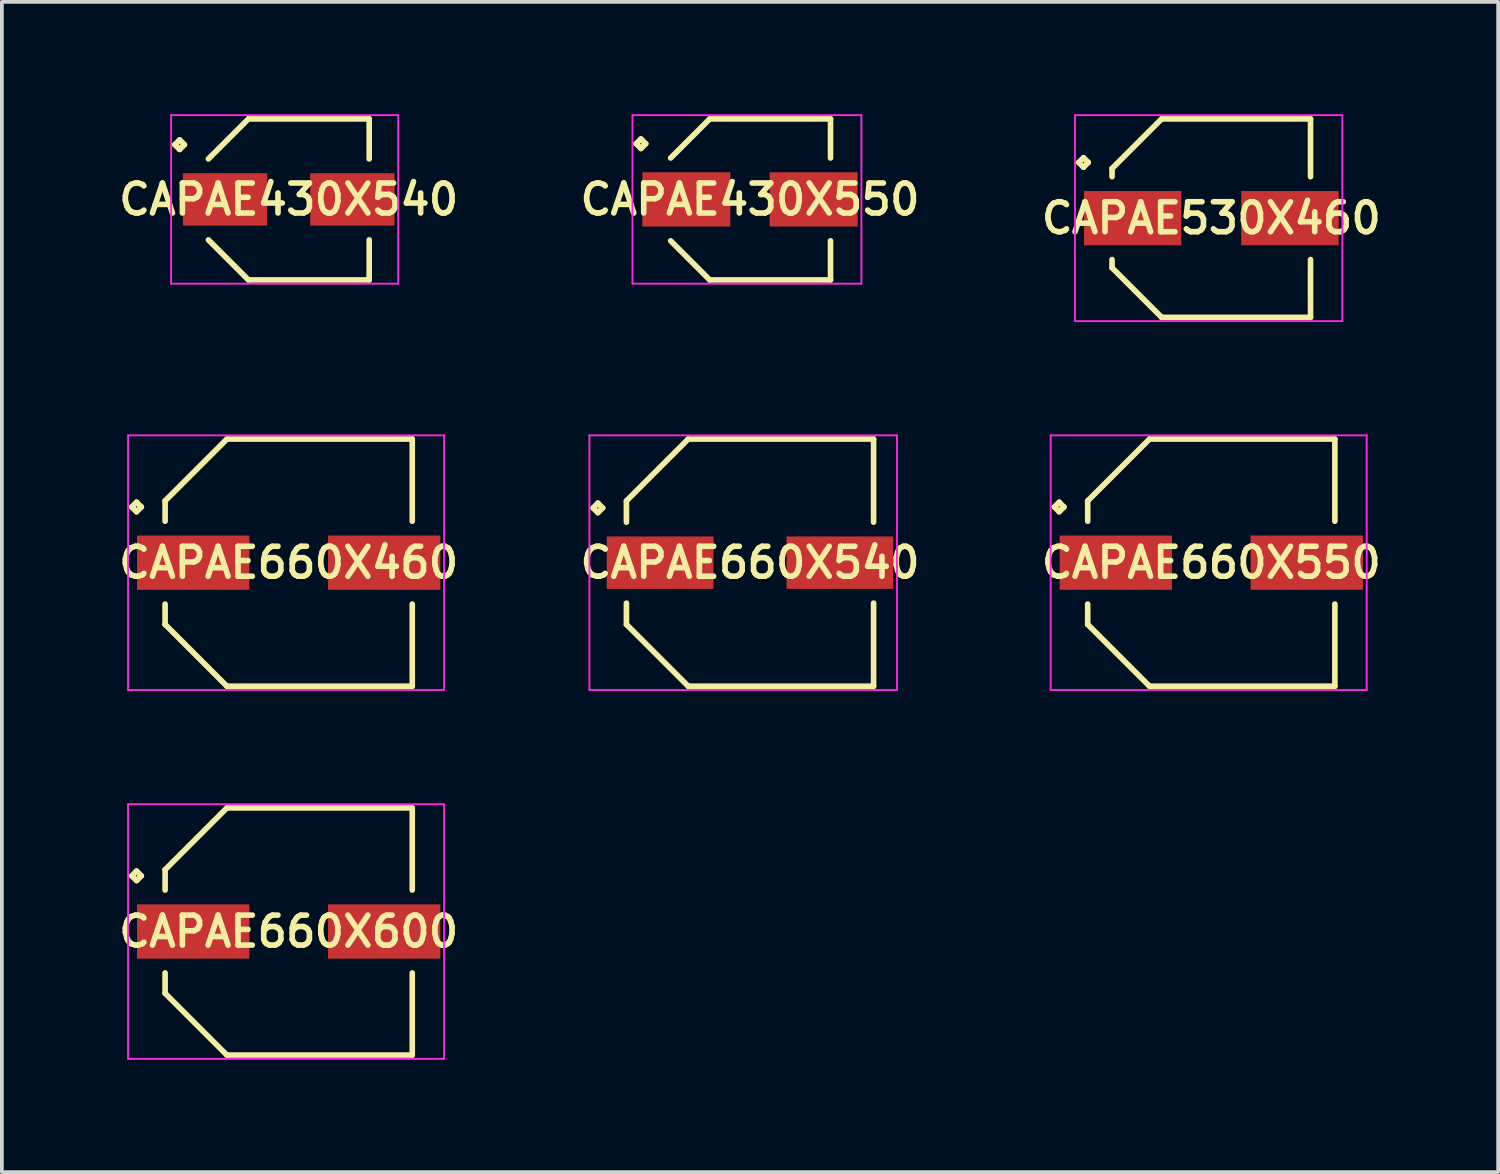
<source format=kicad_pcb>
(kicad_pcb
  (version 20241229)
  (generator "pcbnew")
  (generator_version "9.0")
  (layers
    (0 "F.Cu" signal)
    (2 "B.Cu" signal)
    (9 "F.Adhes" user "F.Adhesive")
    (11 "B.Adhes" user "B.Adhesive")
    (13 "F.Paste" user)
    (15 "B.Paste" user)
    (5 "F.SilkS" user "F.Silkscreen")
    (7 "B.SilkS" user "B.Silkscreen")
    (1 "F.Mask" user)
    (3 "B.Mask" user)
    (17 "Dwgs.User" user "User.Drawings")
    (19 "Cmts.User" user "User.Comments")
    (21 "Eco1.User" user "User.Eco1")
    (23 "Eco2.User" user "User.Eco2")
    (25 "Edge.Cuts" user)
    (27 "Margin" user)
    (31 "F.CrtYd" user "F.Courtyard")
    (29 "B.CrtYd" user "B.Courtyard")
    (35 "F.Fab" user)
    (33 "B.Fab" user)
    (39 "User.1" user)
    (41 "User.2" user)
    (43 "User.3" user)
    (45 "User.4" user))
  (footprint "CAPAE530X460"
    (layer "F.Cu")
    (at 29.296 2.775)
    (property "Reference" "CAPAE530X460" (at 0 0 0) (layer "F.SilkS") (effects (font (size 0.8 0.8) (thickness 0.15))))
    (attr smd)
    (fp_line (start -3.539 -1.487) (end -3.412 -1.614) (stroke (width 0.15) (type solid)) (layer "F.SilkS"))
    (fp_line (start -3.412 -1.614) (end -3.285 -1.487) (stroke (width 0.15) (type solid)) (layer "F.SilkS"))
    (fp_line (start -3.412 -1.36) (end -3.539 -1.487) (stroke (width 0.15) (type solid)) (layer "F.SilkS"))
    (fp_line (start -3.285 -1.487) (end -3.412 -1.36) (stroke (width 0.15) (type solid)) (layer "F.SilkS"))
    (fp_line (start -2.65 -1.325) (end -2.65 -1.106) (stroke (width 0.15) (type solid)) (layer "F.SilkS"))
    (fp_line (start -2.65 1.325) (end -2.65 1.106) (stroke (width 0.15) (type solid)) (layer "F.SilkS"))
    (fp_line (start -1.325 -2.65) (end -2.65 -1.325) (stroke (width 0.15) (type solid)) (layer "F.SilkS"))
    (fp_line (start -1.325 2.65) (end -2.65 1.325) (stroke (width 0.15) (type solid)) (layer "F.SilkS"))
    (fp_line (start 2.65 -2.65) (end -1.325 -2.65) (stroke (width 0.15) (type solid)) (layer "F.SilkS"))
    (fp_line (start 2.65 -1.106) (end 2.65 -2.65) (stroke (width 0.15) (type solid)) (layer "F.SilkS"))
    (fp_line (start 2.65 1.106) (end 2.65 2.65) (stroke (width 0.15) (type solid)) (layer "F.SilkS"))
    (fp_line (start 2.65 2.65) (end -1.325 2.65) (stroke (width 0.15) (type solid)) (layer "F.SilkS"))
    (fp_line (start -3.639 -2.75) (end 3.5 -2.75) (stroke (width 0.05) (type solid)) (layer "F.CrtYd"))
    (fp_line (start -3.639 2.75) (end -3.639 -2.75) (stroke (width 0.05) (type solid)) (layer "F.CrtYd"))
    (fp_line (start 3.5 -2.75) (end 3.5 2.75) (stroke (width 0.05) (type solid)) (layer "F.CrtYd"))
    (fp_line (start 3.5 2.75) (end -3.639 2.75) (stroke (width 0.05) (type solid)) (layer "F.CrtYd"))
    (pad "1" smd rect (at -2.1 0) (size 2.6 1.45) (layers "F.Cu" "F.Mask" "F.Paste"))
    (pad "2" smd rect (at 2.1 0) (size 2.6 1.45) (layers "F.Cu" "F.Mask" "F.Paste")))
  (footprint "CAPAE660X600"
    (layer "F.Cu")
    (at 4.659 21.825)
    (property "Reference" "CAPAE660X600" (at 0 0 0) (layer "F.SilkS") (effects (font (size 0.8 0.8) (thickness 0.15))))
    (attr smd)
    (fp_line (start -4.189 -1.487) (end -4.062 -1.614) (stroke (width 0.15) (type solid)) (layer "F.SilkS"))
    (fp_line (start -4.062 -1.614) (end -3.935 -1.487) (stroke (width 0.15) (type solid)) (layer "F.SilkS"))
    (fp_line (start -4.062 -1.36) (end -4.189 -1.487) (stroke (width 0.15) (type solid)) (layer "F.SilkS"))
    (fp_line (start -3.935 -1.487) (end -4.062 -1.36) (stroke (width 0.15) (type solid)) (layer "F.SilkS"))
    (fp_line (start -3.3 -1.65) (end -3.3 -1.106) (stroke (width 0.15) (type solid)) (layer "F.SilkS"))
    (fp_line (start -3.3 1.65) (end -3.3 1.106) (stroke (width 0.15) (type solid)) (layer "F.SilkS"))
    (fp_line (start -1.65 -3.3) (end -3.3 -1.65) (stroke (width 0.15) (type solid)) (layer "F.SilkS"))
    (fp_line (start -1.65 3.3) (end -3.3 1.65) (stroke (width 0.15) (type solid)) (layer "F.SilkS"))
    (fp_line (start 3.3 -3.3) (end -1.65 -3.3) (stroke (width 0.15) (type solid)) (layer "F.SilkS"))
    (fp_line (start 3.3 -1.106) (end 3.3 -3.3) (stroke (width 0.15) (type solid)) (layer "F.SilkS"))
    (fp_line (start 3.3 1.106) (end 3.3 3.3) (stroke (width 0.15) (type solid)) (layer "F.SilkS"))
    (fp_line (start 3.3 3.3) (end -1.65 3.3) (stroke (width 0.15) (type solid)) (layer "F.SilkS"))
    (fp_line (start -4.289 -3.4) (end 4.15 -3.4) (stroke (width 0.05) (type solid)) (layer "F.CrtYd"))
    (fp_line (start -4.289 3.4) (end -4.289 -3.4) (stroke (width 0.05) (type solid)) (layer "F.CrtYd"))
    (fp_line (start 4.15 -3.4) (end 4.15 3.4) (stroke (width 0.05) (type solid)) (layer "F.CrtYd"))
    (fp_line (start 4.15 3.4) (end -4.289 3.4) (stroke (width 0.05) (type solid)) (layer "F.CrtYd"))
    (pad "1" smd rect (at -2.55 0) (size 3 1.45) (layers "F.Cu" "F.Mask" "F.Paste"))
    (pad "2" smd rect (at 2.55 0) (size 3 1.45) (layers "F.Cu" "F.Mask" "F.Paste")))
  (footprint "CAPAE660X540"
    (layer "F.Cu")
    (at 16.978 11.975)
    (property "Reference" "CAPAE660X540" (at 0 0 0) (layer "F.SilkS") (effects (font (size 0.8 0.8) (thickness 0.15))))
    (attr smd)
    (fp_line (start -4.189 -1.462) (end -4.062 -1.589) (stroke (width 0.15) (type solid)) (layer "F.SilkS"))
    (fp_line (start -4.062 -1.589) (end -3.935 -1.462) (stroke (width 0.15) (type solid)) (layer "F.SilkS"))
    (fp_line (start -4.062 -1.335) (end -4.189 -1.462) (stroke (width 0.15) (type solid)) (layer "F.SilkS"))
    (fp_line (start -3.935 -1.462) (end -4.062 -1.335) (stroke (width 0.15) (type solid)) (layer "F.SilkS"))
    (fp_line (start -3.3 -1.65) (end -3.3 -1.081) (stroke (width 0.15) (type solid)) (layer "F.SilkS"))
    (fp_line (start -3.3 1.65) (end -3.3 1.081) (stroke (width 0.15) (type solid)) (layer "F.SilkS"))
    (fp_line (start -1.65 -3.3) (end -3.3 -1.65) (stroke (width 0.15) (type solid)) (layer "F.SilkS"))
    (fp_line (start -1.65 3.3) (end -3.3 1.65) (stroke (width 0.15) (type solid)) (layer "F.SilkS"))
    (fp_line (start 3.3 -3.3) (end -1.65 -3.3) (stroke (width 0.15) (type solid)) (layer "F.SilkS"))
    (fp_line (start 3.3 -1.081) (end 3.3 -3.3) (stroke (width 0.15) (type solid)) (layer "F.SilkS"))
    (fp_line (start 3.3 1.081) (end 3.3 3.3) (stroke (width 0.15) (type solid)) (layer "F.SilkS"))
    (fp_line (start 3.3 3.3) (end -1.65 3.3) (stroke (width 0.15) (type solid)) (layer "F.SilkS"))
    (fp_line (start -4.289 -3.4) (end 3.925 -3.4) (stroke (width 0.05) (type solid)) (layer "F.CrtYd"))
    (fp_line (start -4.289 3.4) (end -4.289 -3.4) (stroke (width 0.05) (type solid)) (layer "F.CrtYd"))
    (fp_line (start 3.925 -3.4) (end 3.925 3.4) (stroke (width 0.05) (type solid)) (layer "F.CrtYd"))
    (fp_line (start 3.925 3.4) (end -4.289 3.4) (stroke (width 0.05) (type solid)) (layer "F.CrtYd"))
    (pad "1" smd rect (at -2.4 0) (size 2.85 1.4) (layers "F.Cu" "F.Mask" "F.Paste"))
    (pad "2" smd rect (at 2.4 0) (size 2.85 1.4) (layers "F.Cu" "F.Mask" "F.Paste")))
  (footprint "CAPAE430X540"
    (layer "F.Cu")
    (at 4.659 2.275)
    (property "Reference" "CAPAE430X540" (at 0 0 0) (layer "F.SilkS") (effects (font (size 0.8 0.8) (thickness 0.15))))
    (attr smd)
    (fp_line (start -3.039 -1.462) (end -2.912 -1.589) (stroke (width 0.15) (type solid)) (layer "F.SilkS"))
    (fp_line (start -2.912 -1.589) (end -2.785 -1.462) (stroke (width 0.15) (type solid)) (layer "F.SilkS"))
    (fp_line (start -2.912 -1.335) (end -3.039 -1.462) (stroke (width 0.15) (type solid)) (layer "F.SilkS"))
    (fp_line (start -2.785 -1.462) (end -2.912 -1.335) (stroke (width 0.15) (type solid)) (layer "F.SilkS"))
    (fp_line (start -1.075 -2.15) (end -2.144 -1.081) (stroke (width 0.15) (type solid)) (layer "F.SilkS"))
    (fp_line (start -1.075 2.15) (end -2.144 1.081) (stroke (width 0.15) (type solid)) (layer "F.SilkS"))
    (fp_line (start 2.15 -2.15) (end -1.075 -2.15) (stroke (width 0.15) (type solid)) (layer "F.SilkS"))
    (fp_line (start 2.15 -1.081) (end 2.15 -2.15) (stroke (width 0.15) (type solid)) (layer "F.SilkS"))
    (fp_line (start 2.15 1.081) (end 2.15 2.15) (stroke (width 0.15) (type solid)) (layer "F.SilkS"))
    (fp_line (start 2.15 2.15) (end -1.075 2.15) (stroke (width 0.15) (type solid)) (layer "F.SilkS"))
    (fp_line (start -3.139 -2.25) (end 2.925 -2.25) (stroke (width 0.05) (type solid)) (layer "F.CrtYd"))
    (fp_line (start -3.139 2.25) (end -3.139 -2.25) (stroke (width 0.05) (type solid)) (layer "F.CrtYd"))
    (fp_line (start 2.925 -2.25) (end 2.925 2.25) (stroke (width 0.05) (type solid)) (layer "F.CrtYd"))
    (fp_line (start 2.925 2.25) (end -3.139 2.25) (stroke (width 0.05) (type solid)) (layer "F.CrtYd"))
    (pad "1" smd rect (at -1.7 0) (size 2.25 1.4) (layers "F.Cu" "F.Mask" "F.Paste"))
    (pad "2" smd rect (at 1.7 0) (size 2.25 1.4) (layers "F.Cu" "F.Mask" "F.Paste")))
  (footprint "CAPAE660X550"
    (layer "F.Cu")
    (at 29.296 11.975)
    (property "Reference" "CAPAE660X550" (at 0 0 0) (layer "F.SilkS") (effects (font (size 0.8 0.8) (thickness 0.15))))
    (attr smd)
    (fp_line (start -4.189 -1.487) (end -4.062 -1.614) (stroke (width 0.15) (type solid)) (layer "F.SilkS"))
    (fp_line (start -4.062 -1.614) (end -3.935 -1.487) (stroke (width 0.15) (type solid)) (layer "F.SilkS"))
    (fp_line (start -4.062 -1.36) (end -4.189 -1.487) (stroke (width 0.15) (type solid)) (layer "F.SilkS"))
    (fp_line (start -3.935 -1.487) (end -4.062 -1.36) (stroke (width 0.15) (type solid)) (layer "F.SilkS"))
    (fp_line (start -3.3 -1.65) (end -3.3 -1.106) (stroke (width 0.15) (type solid)) (layer "F.SilkS"))
    (fp_line (start -3.3 1.65) (end -3.3 1.106) (stroke (width 0.15) (type solid)) (layer "F.SilkS"))
    (fp_line (start -1.65 -3.3) (end -3.3 -1.65) (stroke (width 0.15) (type solid)) (layer "F.SilkS"))
    (fp_line (start -1.65 3.3) (end -3.3 1.65) (stroke (width 0.15) (type solid)) (layer "F.SilkS"))
    (fp_line (start 3.3 -3.3) (end -1.65 -3.3) (stroke (width 0.15) (type solid)) (layer "F.SilkS"))
    (fp_line (start 3.3 -1.106) (end 3.3 -3.3) (stroke (width 0.15) (type solid)) (layer "F.SilkS"))
    (fp_line (start 3.3 1.106) (end 3.3 3.3) (stroke (width 0.15) (type solid)) (layer "F.SilkS"))
    (fp_line (start 3.3 3.3) (end -1.65 3.3) (stroke (width 0.15) (type solid)) (layer "F.SilkS"))
    (fp_line (start -4.289 -3.4) (end 4.15 -3.4) (stroke (width 0.05) (type solid)) (layer "F.CrtYd"))
    (fp_line (start -4.289 3.4) (end -4.289 -3.4) (stroke (width 0.05) (type solid)) (layer "F.CrtYd"))
    (fp_line (start 4.15 -3.4) (end 4.15 3.4) (stroke (width 0.05) (type solid)) (layer "F.CrtYd"))
    (fp_line (start 4.15 3.4) (end -4.289 3.4) (stroke (width 0.05) (type solid)) (layer "F.CrtYd"))
    (pad "1" smd rect (at -2.55 0) (size 3 1.45) (layers "F.Cu" "F.Mask" "F.Paste"))
    (pad "2" smd rect (at 2.55 0) (size 3 1.45) (layers "F.Cu" "F.Mask" "F.Paste")))
  (footprint "CAPAE430X550"
    (layer "F.Cu")
    (at 16.978 2.275)
    (property "Reference" "CAPAE430X550" (at 0 0 0) (layer "F.SilkS") (effects (font (size 0.8 0.8) (thickness 0.15))))
    (attr smd)
    (fp_line (start -3.039 -1.487) (end -2.912 -1.614) (stroke (width 0.15) (type solid)) (layer "F.SilkS"))
    (fp_line (start -2.912 -1.614) (end -2.785 -1.487) (stroke (width 0.15) (type solid)) (layer "F.SilkS"))
    (fp_line (start -2.912 -1.36) (end -3.039 -1.487) (stroke (width 0.15) (type solid)) (layer "F.SilkS"))
    (fp_line (start -2.785 -1.487) (end -2.912 -1.36) (stroke (width 0.15) (type solid)) (layer "F.SilkS"))
    (fp_line (start -1.075 -2.15) (end -2.119 -1.106) (stroke (width 0.15) (type solid)) (layer "F.SilkS"))
    (fp_line (start -1.075 2.15) (end -2.119 1.106) (stroke (width 0.15) (type solid)) (layer "F.SilkS"))
    (fp_line (start 2.15 -2.15) (end -1.075 -2.15) (stroke (width 0.15) (type solid)) (layer "F.SilkS"))
    (fp_line (start 2.15 -1.106) (end 2.15 -2.15) (stroke (width 0.15) (type solid)) (layer "F.SilkS"))
    (fp_line (start 2.15 1.106) (end 2.15 2.15) (stroke (width 0.15) (type solid)) (layer "F.SilkS"))
    (fp_line (start 2.15 2.15) (end -1.075 2.15) (stroke (width 0.15) (type solid)) (layer "F.SilkS"))
    (fp_line (start -3.139 -2.25) (end 2.975 -2.25) (stroke (width 0.05) (type solid)) (layer "F.CrtYd"))
    (fp_line (start -3.139 2.25) (end -3.139 -2.25) (stroke (width 0.05) (type solid)) (layer "F.CrtYd"))
    (fp_line (start 2.975 -2.25) (end 2.975 2.25) (stroke (width 0.05) (type solid)) (layer "F.CrtYd"))
    (fp_line (start 2.975 2.25) (end -3.139 2.25) (stroke (width 0.05) (type solid)) (layer "F.CrtYd"))
    (pad "1" smd rect (at -1.7 0) (size 2.35 1.45) (layers "F.Cu" "F.Mask" "F.Paste"))
    (pad "2" smd rect (at 1.7 0) (size 2.35 1.45) (layers "F.Cu" "F.Mask" "F.Paste")))
  (footprint "CAPAE660X460"
    (layer "F.Cu")
    (at 4.659 11.975)
    (property "Reference" "CAPAE660X460" (at 0 0 0) (layer "F.SilkS") (effects (font (size 0.8 0.8) (thickness 0.15))))
    (attr smd)
    (fp_line (start -4.189 -1.487) (end -4.062 -1.614) (stroke (width 0.15) (type solid)) (layer "F.SilkS"))
    (fp_line (start -4.062 -1.614) (end -3.935 -1.487) (stroke (width 0.15) (type solid)) (layer "F.SilkS"))
    (fp_line (start -4.062 -1.36) (end -4.189 -1.487) (stroke (width 0.15) (type solid)) (layer "F.SilkS"))
    (fp_line (start -3.935 -1.487) (end -4.062 -1.36) (stroke (width 0.15) (type solid)) (layer "F.SilkS"))
    (fp_line (start -3.3 -1.65) (end -3.3 -1.106) (stroke (width 0.15) (type solid)) (layer "F.SilkS"))
    (fp_line (start -3.3 1.65) (end -3.3 1.106) (stroke (width 0.15) (type solid)) (layer "F.SilkS"))
    (fp_line (start -1.65 -3.3) (end -3.3 -1.65) (stroke (width 0.15) (type solid)) (layer "F.SilkS"))
    (fp_line (start -1.65 3.3) (end -3.3 1.65) (stroke (width 0.15) (type solid)) (layer "F.SilkS"))
    (fp_line (start 3.3 -3.3) (end -1.65 -3.3) (stroke (width 0.15) (type solid)) (layer "F.SilkS"))
    (fp_line (start 3.3 -1.106) (end 3.3 -3.3) (stroke (width 0.15) (type solid)) (layer "F.SilkS"))
    (fp_line (start 3.3 1.106) (end 3.3 3.3) (stroke (width 0.15) (type solid)) (layer "F.SilkS"))
    (fp_line (start 3.3 3.3) (end -1.65 3.3) (stroke (width 0.15) (type solid)) (layer "F.SilkS"))
    (fp_line (start -4.289 -3.4) (end 4.15 -3.4) (stroke (width 0.05) (type solid)) (layer "F.CrtYd"))
    (fp_line (start -4.289 3.4) (end -4.289 -3.4) (stroke (width 0.05) (type solid)) (layer "F.CrtYd"))
    (fp_line (start 4.15 -3.4) (end 4.15 3.4) (stroke (width 0.05) (type solid)) (layer "F.CrtYd"))
    (fp_line (start 4.15 3.4) (end -4.289 3.4) (stroke (width 0.05) (type solid)) (layer "F.CrtYd"))
    (pad "1" smd rect (at -2.55 0) (size 3 1.45) (layers "F.Cu" "F.Mask" "F.Paste"))
    (pad "2" smd rect (at 2.55 0) (size 3 1.45) (layers "F.Cu" "F.Mask" "F.Paste")))
  (gr_rect
    (start -3 -3)
    (end 36.956 28.25)
    (stroke (width 0.1) (type default))
    (fill no)
    (layer "Edge.Cuts")))
</source>
